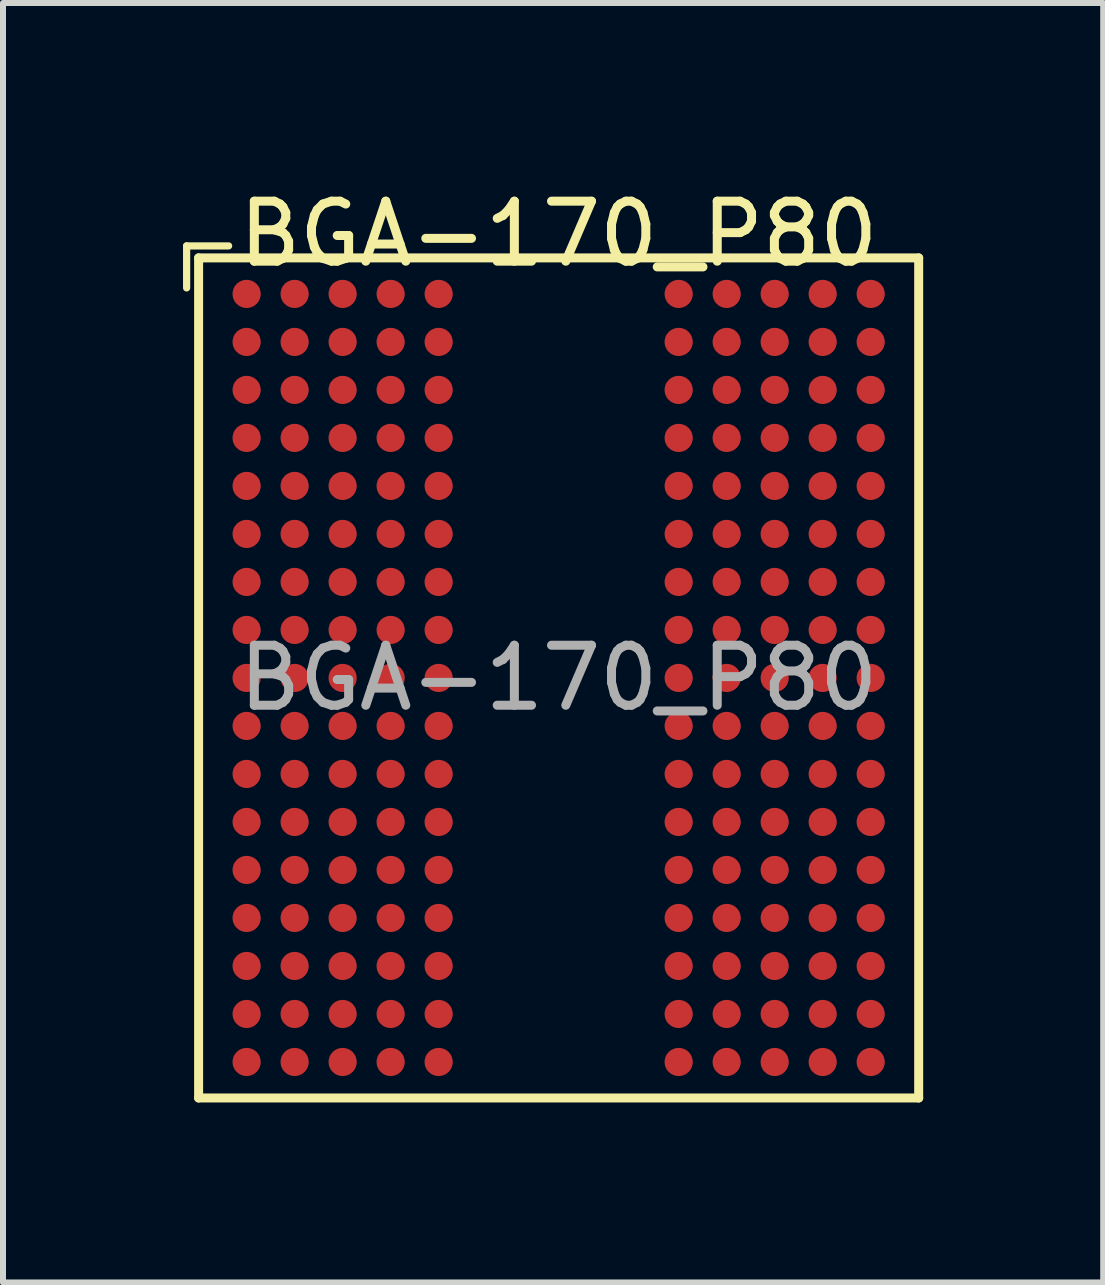
<source format=kicad_pcb>
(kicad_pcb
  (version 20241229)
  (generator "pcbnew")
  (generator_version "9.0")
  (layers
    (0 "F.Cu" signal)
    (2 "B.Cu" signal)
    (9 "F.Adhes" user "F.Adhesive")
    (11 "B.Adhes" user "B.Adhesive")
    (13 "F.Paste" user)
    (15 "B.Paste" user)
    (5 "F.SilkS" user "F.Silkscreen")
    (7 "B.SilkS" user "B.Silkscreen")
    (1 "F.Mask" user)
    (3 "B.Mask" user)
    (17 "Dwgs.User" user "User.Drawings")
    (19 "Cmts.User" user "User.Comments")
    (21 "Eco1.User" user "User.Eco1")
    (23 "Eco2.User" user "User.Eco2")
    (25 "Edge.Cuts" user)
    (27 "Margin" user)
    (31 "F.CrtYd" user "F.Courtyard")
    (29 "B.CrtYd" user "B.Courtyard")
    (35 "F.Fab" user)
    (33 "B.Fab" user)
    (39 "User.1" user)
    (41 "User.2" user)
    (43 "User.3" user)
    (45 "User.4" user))
  (footprint "BGA-170_P80"
    (layer "F.Cu")
    (at 6.26 8.248)
    (property "Reference" "BGA-170_P80" (at 0 -7.4 0) (layer "F.SilkS") (effects (font (size 1 1) (thickness 0.15))))
    (attr smd)
    (fp_line (start -6.2 -7.2) (end -6.2 -6.5) (stroke (width 0.12) (type solid)) (layer "F.SilkS"))
    (fp_line (start -6 -7) (end 6 -7) (stroke (width 0.15) (type solid)) (layer "F.SilkS"))
    (fp_line (start -6 7) (end -6 -7) (stroke (width 0.15) (type solid)) (layer "F.SilkS"))
    (fp_line (start -5.5 -7.2) (end -6.2 -7.2) (stroke (width 0.12) (type solid)) (layer "F.SilkS"))
    (fp_line (start 6 -7) (end 6 7) (stroke (width 0.15) (type solid)) (layer "F.SilkS"))
    (fp_line (start 6 7) (end -6 7) (stroke (width 0.15) (type solid)) (layer "F.SilkS"))
    (fp_text user "${REFERENCE}" (at 0 0 0) (layer "F.Fab") (effects (font (size 1 1) (thickness 0.15))))
    (pad "A1" smd circle (at -5.2 -6.4) (size 0.47 0.47) (layers "F.Cu" "F.Mask" "F.Paste"))
    (pad "A2" smd circle (at -4.4 -6.4) (size 0.47 0.47) (layers "F.Cu" "F.Mask" "F.Paste"))
    (pad "A3" smd circle (at -3.6 -6.4) (size 0.47 0.47) (layers "F.Cu" "F.Mask" "F.Paste"))
    (pad "A4" smd circle (at -2.8 -6.4) (size 0.47 0.47) (layers "F.Cu" "F.Mask" "F.Paste"))
    (pad "A5" smd circle (at -2 -6.4) (size 0.47 0.47) (layers "F.Cu" "F.Mask" "F.Paste"))
    (pad "A10" smd circle (at 2 -6.4) (size 0.47 0.47) (layers "F.Cu" "F.Mask" "F.Paste"))
    (pad "A11" smd circle (at 2.8 -6.4) (size 0.47 0.47) (layers "F.Cu" "F.Mask" "F.Paste"))
    (pad "A12" smd circle (at 3.6 -6.4) (size 0.47 0.47) (layers "F.Cu" "F.Mask" "F.Paste"))
    (pad "A13" smd circle (at 4.4 -6.4) (size 0.47 0.47) (layers "F.Cu" "F.Mask" "F.Paste"))
    (pad "A14" smd circle (at 5.2 -6.4) (size 0.47 0.47) (layers "F.Cu" "F.Mask" "F.Paste"))
    (pad "B1" smd circle (at -5.2 -5.6) (size 0.47 0.47) (layers "F.Cu" "F.Mask" "F.Paste"))
    (pad "B2" smd circle (at -4.4 -5.6) (size 0.47 0.47) (layers "F.Cu" "F.Mask" "F.Paste"))
    (pad "B3" smd circle (at -3.6 -5.6) (size 0.47 0.47) (layers "F.Cu" "F.Mask" "F.Paste"))
    (pad "B4" smd circle (at -2.8 -5.6) (size 0.47 0.47) (layers "F.Cu" "F.Mask" "F.Paste"))
    (pad "B5" smd circle (at -2 -5.6) (size 0.47 0.47) (layers "F.Cu" "F.Mask" "F.Paste"))
    (pad "B10" smd circle (at 2 -5.6) (size 0.47 0.47) (layers "F.Cu" "F.Mask" "F.Paste"))
    (pad "B11" smd circle (at 2.8 -5.6) (size 0.47 0.47) (layers "F.Cu" "F.Mask" "F.Paste"))
    (pad "B13" smd circle (at 3.6 -5.6) (size 0.47 0.47) (layers "F.Cu" "F.Mask" "F.Paste"))
    (pad "B14" smd circle (at 4.4 -5.6) (size 0.47 0.47) (layers "F.Cu" "F.Mask" "F.Paste"))
    (pad "B15" smd circle (at 5.2 -5.6) (size 0.47 0.47) (layers "F.Cu" "F.Mask" "F.Paste"))
    (pad "C1" smd circle (at -5.2 -4.8) (size 0.47 0.47) (layers "F.Cu" "F.Mask" "F.Paste"))
    (pad "C2" smd circle (at -4.4 -4.8) (size 0.47 0.47) (layers "F.Cu" "F.Mask" "F.Paste"))
    (pad "C3" smd circle (at -3.6 -4.8) (size 0.47 0.47) (layers "F.Cu" "F.Mask" "F.Paste"))
    (pad "C4" smd circle (at -2.8 -4.8) (size 0.47 0.47) (layers "F.Cu" "F.Mask" "F.Paste"))
    (pad "C5" smd circle (at -2 -4.8) (size 0.47 0.47) (layers "F.Cu" "F.Mask" "F.Paste"))
    (pad "C10" smd circle (at 2 -4.8) (size 0.47 0.47) (layers "F.Cu" "F.Mask" "F.Paste"))
    (pad "C11" smd circle (at 2.8 -4.8) (size 0.47 0.47) (layers "F.Cu" "F.Mask" "F.Paste"))
    (pad "C12" smd circle (at 3.6 -4.8) (size 0.47 0.47) (layers "F.Cu" "F.Mask" "F.Paste"))
    (pad "C13" smd circle (at 4.4 -4.8) (size 0.47 0.47) (layers "F.Cu" "F.Mask" "F.Paste"))
    (pad "C14" smd circle (at 5.2 -4.8) (size 0.47 0.47) (layers "F.Cu" "F.Mask" "F.Paste"))
    (pad "D1" smd circle (at -5.2 -4) (size 0.47 0.47) (layers "F.Cu" "F.Mask" "F.Paste"))
    (pad "D2" smd circle (at -4.4 -4) (size 0.47 0.47) (layers "F.Cu" "F.Mask" "F.Paste"))
    (pad "D3" smd circle (at -3.6 -4) (size 0.47 0.47) (layers "F.Cu" "F.Mask" "F.Paste"))
    (pad "D4" smd circle (at -2.8 -4) (size 0.47 0.47) (layers "F.Cu" "F.Mask" "F.Paste"))
    (pad "D5" smd circle (at -2 -4) (size 0.47 0.47) (layers "F.Cu" "F.Mask" "F.Paste"))
    (pad "D10" smd circle (at 2 -4) (size 0.47 0.47) (layers "F.Cu" "F.Mask" "F.Paste"))
    (pad "D11" smd circle (at 2.8 -4) (size 0.47 0.47) (layers "F.Cu" "F.Mask" "F.Paste"))
    (pad "D12" smd circle (at 3.6 -4) (size 0.47 0.47) (layers "F.Cu" "F.Mask" "F.Paste"))
    (pad "D13" smd circle (at 4.4 -4) (size 0.47 0.47) (layers "F.Cu" "F.Mask" "F.Paste"))
    (pad "D14" smd circle (at 5.2 -4) (size 0.47 0.47) (layers "F.Cu" "F.Mask" "F.Paste"))
    (pad "E1" smd circle (at -5.2 -3.2) (size 0.47 0.47) (layers "F.Cu" "F.Mask" "F.Paste"))
    (pad "E2" smd circle (at -4.4 -3.2) (size 0.47 0.47) (layers "F.Cu" "F.Mask" "F.Paste"))
    (pad "E3" smd circle (at -3.6 -3.2) (size 0.47 0.47) (layers "F.Cu" "F.Mask" "F.Paste"))
    (pad "E4" smd circle (at -2.8 -3.2) (size 0.47 0.47) (layers "F.Cu" "F.Mask" "F.Paste"))
    (pad "E5" smd circle (at -2 -3.2) (size 0.47 0.47) (layers "F.Cu" "F.Mask" "F.Paste"))
    (pad "E10" smd circle (at 2 -3.2) (size 0.47 0.47) (layers "F.Cu" "F.Mask" "F.Paste"))
    (pad "E11" smd circle (at 2.8 -3.2) (size 0.47 0.47) (layers "F.Cu" "F.Mask" "F.Paste"))
    (pad "E12" smd circle (at 3.6 -3.2) (size 0.47 0.47) (layers "F.Cu" "F.Mask" "F.Paste"))
    (pad "E13" smd circle (at 4.4 -3.2) (size 0.47 0.47) (layers "F.Cu" "F.Mask" "F.Paste"))
    (pad "E14" smd circle (at 5.2 -3.2) (size 0.47 0.47) (layers "F.Cu" "F.Mask" "F.Paste"))
    (pad "F1" smd circle (at -5.2 -2.4) (size 0.47 0.47) (layers "F.Cu" "F.Mask" "F.Paste"))
    (pad "F2" smd circle (at -4.4 -2.4) (size 0.47 0.47) (layers "F.Cu" "F.Mask" "F.Paste"))
    (pad "F3" smd circle (at -3.6 -2.4) (size 0.47 0.47) (layers "F.Cu" "F.Mask" "F.Paste"))
    (pad "F4" smd circle (at -2.8 -2.4) (size 0.47 0.47) (layers "F.Cu" "F.Mask" "F.Paste"))
    (pad "F5" smd circle (at -2 -2.4) (size 0.47 0.47) (layers "F.Cu" "F.Mask" "F.Paste"))
    (pad "F10" smd circle (at 2 -2.4) (size 0.47 0.47) (layers "F.Cu" "F.Mask" "F.Paste"))
    (pad "F11" smd circle (at 2.8 -2.4) (size 0.47 0.47) (layers "F.Cu" "F.Mask" "F.Paste"))
    (pad "F12" smd circle (at 3.6 -2.4) (size 0.47 0.47) (layers "F.Cu" "F.Mask" "F.Paste"))
    (pad "F13" smd circle (at 4.4 -2.4) (size 0.47 0.47) (layers "F.Cu" "F.Mask" "F.Paste"))
    (pad "F14" smd circle (at 5.2 -2.4) (size 0.47 0.47) (layers "F.Cu" "F.Mask" "F.Paste"))
    (pad "G1" smd circle (at -5.2 -1.6) (size 0.47 0.47) (layers "F.Cu" "F.Mask" "F.Paste"))
    (pad "G2" smd circle (at -4.4 -1.6) (size 0.47 0.47) (layers "F.Cu" "F.Mask" "F.Paste"))
    (pad "G3" smd circle (at -3.6 -1.6) (size 0.47 0.47) (layers "F.Cu" "F.Mask" "F.Paste"))
    (pad "G4" smd circle (at -2.8 -1.6) (size 0.47 0.47) (layers "F.Cu" "F.Mask" "F.Paste"))
    (pad "G5" smd circle (at -2 -1.6) (size 0.47 0.47) (layers "F.Cu" "F.Mask" "F.Paste"))
    (pad "G10" smd circle (at 2 -1.6) (size 0.47 0.47) (layers "F.Cu" "F.Mask" "F.Paste"))
    (pad "G11" smd circle (at 2.8 -1.6) (size 0.47 0.47) (layers "F.Cu" "F.Mask" "F.Paste"))
    (pad "G12" smd circle (at 3.6 -1.6) (size 0.47 0.47) (layers "F.Cu" "F.Mask" "F.Paste"))
    (pad "G13" smd circle (at 4.4 -1.6) (size 0.47 0.47) (layers "F.Cu" "F.Mask" "F.Paste"))
    (pad "G14" smd circle (at 5.2 -1.6) (size 0.47 0.47) (layers "F.Cu" "F.Mask" "F.Paste"))
    (pad "H1" smd circle (at -5.2 -0.8) (size 0.47 0.47) (layers "F.Cu" "F.Mask" "F.Paste"))
    (pad "H2" smd circle (at -4.4 -0.8) (size 0.47 0.47) (layers "F.Cu" "F.Mask" "F.Paste"))
    (pad "H3" smd circle (at -3.6 -0.8) (size 0.47 0.47) (layers "F.Cu" "F.Mask" "F.Paste"))
    (pad "H4" smd circle (at -2.8 -0.8) (size 0.47 0.47) (layers "F.Cu" "F.Mask" "F.Paste"))
    (pad "H5" smd circle (at -2 -0.8) (size 0.47 0.47) (layers "F.Cu" "F.Mask" "F.Paste"))
    (pad "H10" smd circle (at 2 -0.8) (size 0.47 0.47) (layers "F.Cu" "F.Mask" "F.Paste"))
    (pad "H11" smd circle (at 2.8 -0.8) (size 0.47 0.47) (layers "F.Cu" "F.Mask" "F.Paste"))
    (pad "H12" smd circle (at 3.6 -0.8) (size 0.47 0.47) (layers "F.Cu" "F.Mask" "F.Paste"))
    (pad "H13" smd circle (at 4.4 -0.8) (size 0.47 0.47) (layers "F.Cu" "F.Mask" "F.Paste"))
    (pad "H14" smd circle (at 5.2 -0.8) (size 0.47 0.47) (layers "F.Cu" "F.Mask" "F.Paste"))
    (pad "J1" smd circle (at -5.2 0) (size 0.47 0.47) (layers "F.Cu" "F.Mask" "F.Paste"))
    (pad "J2" smd circle (at -4.4 0) (size 0.47 0.47) (layers "F.Cu" "F.Mask" "F.Paste"))
    (pad "J3" smd circle (at -3.6 0) (size 0.47 0.47) (layers "F.Cu" "F.Mask" "F.Paste"))
    (pad "J4" smd circle (at -2.8 0) (size 0.47 0.47) (layers "F.Cu" "F.Mask" "F.Paste"))
    (pad "J5" smd circle (at -2 0) (size 0.47 0.47) (layers "F.Cu" "F.Mask" "F.Paste"))
    (pad "J10" smd circle (at 2 0) (size 0.47 0.47) (layers "F.Cu" "F.Mask" "F.Paste"))
    (pad "J11" smd circle (at 2.8 0) (size 0.47 0.47) (layers "F.Cu" "F.Mask" "F.Paste"))
    (pad "J12" smd circle (at 3.6 0) (size 0.47 0.47) (layers "F.Cu" "F.Mask" "F.Paste"))
    (pad "J13" smd circle (at 4.4 0) (size 0.47 0.47) (layers "F.Cu" "F.Mask" "F.Paste"))
    (pad "J14" smd circle (at 5.2 0) (size 0.47 0.47) (layers "F.Cu" "F.Mask" "F.Paste"))
    (pad "K1" smd circle (at -5.2 0.8) (size 0.47 0.47) (layers "F.Cu" "F.Mask" "F.Paste"))
    (pad "K2" smd circle (at -4.4 0.8) (size 0.47 0.47) (layers "F.Cu" "F.Mask" "F.Paste"))
    (pad "K3" smd circle (at -3.6 0.8) (size 0.47 0.47) (layers "F.Cu" "F.Mask" "F.Paste"))
    (pad "K4" smd circle (at -2.8 0.8) (size 0.47 0.47) (layers "F.Cu" "F.Mask" "F.Paste"))
    (pad "K5" smd circle (at -2 0.8) (size 0.47 0.47) (layers "F.Cu" "F.Mask" "F.Paste"))
    (pad "K10" smd circle (at 2 0.8) (size 0.47 0.47) (layers "F.Cu" "F.Mask" "F.Paste"))
    (pad "K11" smd circle (at 2.8 0.8) (size 0.47 0.47) (layers "F.Cu" "F.Mask" "F.Paste"))
    (pad "K12" smd circle (at 3.6 0.8) (size 0.47 0.47) (layers "F.Cu" "F.Mask" "F.Paste"))
    (pad "K13" smd circle (at 4.4 0.8) (size 0.47 0.47) (layers "F.Cu" "F.Mask" "F.Paste"))
    (pad "K14" smd circle (at 5.2 0.8) (size 0.47 0.47) (layers "F.Cu" "F.Mask" "F.Paste"))
    (pad "L1" smd circle (at -5.2 1.6) (size 0.47 0.47) (layers "F.Cu" "F.Mask" "F.Paste"))
    (pad "L2" smd circle (at -4.4 1.6) (size 0.47 0.47) (layers "F.Cu" "F.Mask" "F.Paste"))
    (pad "L3" smd circle (at -3.6 1.6) (size 0.47 0.47) (layers "F.Cu" "F.Mask" "F.Paste"))
    (pad "L4" smd circle (at -2.8 1.6) (size 0.47 0.47) (layers "F.Cu" "F.Mask" "F.Paste"))
    (pad "L5" smd circle (at -2 1.6) (size 0.47 0.47) (layers "F.Cu" "F.Mask" "F.Paste"))
    (pad "L10" smd circle (at 2 1.6) (size 0.47 0.47) (layers "F.Cu" "F.Mask" "F.Paste"))
    (pad "L11" smd circle (at 2.8 1.6) (size 0.47 0.47) (layers "F.Cu" "F.Mask" "F.Paste"))
    (pad "L12" smd circle (at 3.6 1.6) (size 0.47 0.47) (layers "F.Cu" "F.Mask" "F.Paste"))
    (pad "L13" smd circle (at 4.4 1.6) (size 0.47 0.47) (layers "F.Cu" "F.Mask" "F.Paste"))
    (pad "L14" smd circle (at 5.2 1.6) (size 0.47 0.47) (layers "F.Cu" "F.Mask" "F.Paste"))
    (pad "M1" smd circle (at -5.2 2.4) (size 0.47 0.47) (layers "F.Cu" "F.Mask" "F.Paste"))
    (pad "M2" smd circle (at -4.4 2.4) (size 0.47 0.47) (layers "F.Cu" "F.Mask" "F.Paste"))
    (pad "M3" smd circle (at -3.6 2.4) (size 0.47 0.47) (layers "F.Cu" "F.Mask" "F.Paste"))
    (pad "M4" smd circle (at -2.8 2.4) (size 0.47 0.47) (layers "F.Cu" "F.Mask" "F.Paste"))
    (pad "M5" smd circle (at -2 2.4) (size 0.47 0.47) (layers "F.Cu" "F.Mask" "F.Paste"))
    (pad "M10" smd circle (at 2 2.4) (size 0.47 0.47) (layers "F.Cu" "F.Mask" "F.Paste"))
    (pad "M11" smd circle (at 2.8 2.4) (size 0.47 0.47) (layers "F.Cu" "F.Mask" "F.Paste"))
    (pad "M12" smd circle (at 3.6 2.4) (size 0.47 0.47) (layers "F.Cu" "F.Mask" "F.Paste"))
    (pad "M13" smd circle (at 4.4 2.4) (size 0.47 0.47) (layers "F.Cu" "F.Mask" "F.Paste"))
    (pad "M14" smd circle (at 5.2 2.4) (size 0.47 0.47) (layers "F.Cu" "F.Mask" "F.Paste"))
    (pad "N1" smd circle (at -5.2 3.2) (size 0.47 0.47) (layers "F.Cu" "F.Mask" "F.Paste"))
    (pad "N2" smd circle (at -4.4 3.2) (size 0.47 0.47) (layers "F.Cu" "F.Mask" "F.Paste"))
    (pad "N3" smd circle (at -3.6 3.2) (size 0.47 0.47) (layers "F.Cu" "F.Mask" "F.Paste"))
    (pad "N4" smd circle (at -2.8 3.2) (size 0.47 0.47) (layers "F.Cu" "F.Mask" "F.Paste"))
    (pad "N5" smd circle (at -2 3.2) (size 0.47 0.47) (layers "F.Cu" "F.Mask" "F.Paste"))
    (pad "N10" smd circle (at 2 3.2) (size 0.47 0.47) (layers "F.Cu" "F.Mask" "F.Paste"))
    (pad "N11" smd circle (at 2.8 3.2) (size 0.47 0.47) (layers "F.Cu" "F.Mask" "F.Paste"))
    (pad "N12" smd circle (at 3.6 3.2) (size 0.47 0.47) (layers "F.Cu" "F.Mask" "F.Paste"))
    (pad "N13" smd circle (at 4.4 3.2) (size 0.47 0.47) (layers "F.Cu" "F.Mask" "F.Paste"))
    (pad "N14" smd circle (at 5.2 3.2) (size 0.47 0.47) (layers "F.Cu" "F.Mask" "F.Paste"))
    (pad "P1" smd circle (at -5.2 4) (size 0.47 0.47) (layers "F.Cu" "F.Mask" "F.Paste"))
    (pad "P2" smd circle (at -4.4 4) (size 0.47 0.47) (layers "F.Cu" "F.Mask" "F.Paste"))
    (pad "P3" smd circle (at -3.6 4) (size 0.47 0.47) (layers "F.Cu" "F.Mask" "F.Paste"))
    (pad "P4" smd circle (at -2.8 4) (size 0.47 0.47) (layers "F.Cu" "F.Mask" "F.Paste"))
    (pad "P5" smd circle (at -2 4) (size 0.47 0.47) (layers "F.Cu" "F.Mask" "F.Paste"))
    (pad "P10" smd circle (at 2 4) (size 0.47 0.47) (layers "F.Cu" "F.Mask" "F.Paste"))
    (pad "P11" smd circle (at 2.8 4) (size 0.47 0.47) (layers "F.Cu" "F.Mask" "F.Paste"))
    (pad "P12" smd circle (at 3.6 4) (size 0.47 0.47) (layers "F.Cu" "F.Mask" "F.Paste"))
    (pad "P13" smd circle (at 4.4 4) (size 0.47 0.47) (layers "F.Cu" "F.Mask" "F.Paste"))
    (pad "P14" smd circle (at 5.2 4) (size 0.47 0.47) (layers "F.Cu" "F.Mask" "F.Paste"))
    (pad "R1" smd circle (at -5.2 4.8) (size 0.47 0.47) (layers "F.Cu" "F.Mask" "F.Paste"))
    (pad "R2" smd circle (at -4.4 4.8) (size 0.47 0.47) (layers "F.Cu" "F.Mask" "F.Paste"))
    (pad "R3" smd circle (at -3.6 4.8) (size 0.47 0.47) (layers "F.Cu" "F.Mask" "F.Paste"))
    (pad "R4" smd circle (at -2.8 4.8) (size 0.47 0.47) (layers "F.Cu" "F.Mask" "F.Paste"))
    (pad "R5" smd circle (at -2 4.8) (size 0.47 0.47) (layers "F.Cu" "F.Mask" "F.Paste"))
    (pad "R10" smd circle (at 2 4.8) (size 0.47 0.47) (layers "F.Cu" "F.Mask" "F.Paste"))
    (pad "R11" smd circle (at 2.8 4.8) (size 0.47 0.47) (layers "F.Cu" "F.Mask" "F.Paste"))
    (pad "R12" smd circle (at 3.6 4.8) (size 0.47 0.47) (layers "F.Cu" "F.Mask" "F.Paste"))
    (pad "R13" smd circle (at 4.4 4.8) (size 0.47 0.47) (layers "F.Cu" "F.Mask" "F.Paste"))
    (pad "R14" smd circle (at 5.2 4.8) (size 0.47 0.47) (layers "F.Cu" "F.Mask" "F.Paste"))
    (pad "T1" smd circle (at -5.2 5.6) (size 0.47 0.47) (layers "F.Cu" "F.Mask" "F.Paste"))
    (pad "T2" smd circle (at -4.4 5.6) (size 0.47 0.47) (layers "F.Cu" "F.Mask" "F.Paste"))
    (pad "T3" smd circle (at -3.6 5.6) (size 0.47 0.47) (layers "F.Cu" "F.Mask" "F.Paste"))
    (pad "T4" smd circle (at -2.8 5.6) (size 0.47 0.47) (layers "F.Cu" "F.Mask" "F.Paste"))
    (pad "T5" smd circle (at -2 5.6) (size 0.47 0.47) (layers "F.Cu" "F.Mask" "F.Paste"))
    (pad "T10" smd circle (at 2 5.6) (size 0.47 0.47) (layers "F.Cu" "F.Mask" "F.Paste"))
    (pad "T11" smd circle (at 2.8 5.6) (size 0.47 0.47) (layers "F.Cu" "F.Mask" "F.Paste"))
    (pad "T12" smd circle (at 3.6 5.6) (size 0.47 0.47) (layers "F.Cu" "F.Mask" "F.Paste"))
    (pad "T13" smd circle (at 4.4 5.6) (size 0.47 0.47) (layers "F.Cu" "F.Mask" "F.Paste"))
    (pad "T14" smd circle (at 5.2 5.6) (size 0.47 0.47) (layers "F.Cu" "F.Mask" "F.Paste"))
    (pad "U1" smd circle (at -5.2 6.4) (size 0.47 0.47) (layers "F.Cu" "F.Mask" "F.Paste"))
    (pad "U2" smd circle (at -4.4 6.4) (size 0.47 0.47) (layers "F.Cu" "F.Mask" "F.Paste"))
    (pad "U3" smd circle (at -3.6 6.4) (size 0.47 0.47) (layers "F.Cu" "F.Mask" "F.Paste"))
    (pad "U4" smd circle (at -2.8 6.4) (size 0.47 0.47) (layers "F.Cu" "F.Mask" "F.Paste"))
    (pad "U5" smd circle (at -2 6.4) (size 0.47 0.47) (layers "F.Cu" "F.Mask" "F.Paste"))
    (pad "U10" smd circle (at 2 6.4) (size 0.47 0.47) (layers "F.Cu" "F.Mask" "F.Paste"))
    (pad "U11" smd circle (at 2.8 6.4) (size 0.47 0.47) (layers "F.Cu" "F.Mask" "F.Paste"))
    (pad "U12" smd circle (at 3.6 6.4) (size 0.47 0.47) (layers "F.Cu" "F.Mask" "F.Paste"))
    (pad "U13" smd circle (at 4.4 6.4) (size 0.47 0.47) (layers "F.Cu" "F.Mask" "F.Paste"))
    (pad "U14" smd circle (at 5.2 6.4) (size 0.47 0.47) (layers "F.Cu" "F.Mask" "F.Paste")))
  (gr_rect
    (start -3 -3)
    (end 15.335 18.323)
    (stroke (width 0.1) (type default))
    (fill no)
    (layer "Edge.Cuts")))
</source>
